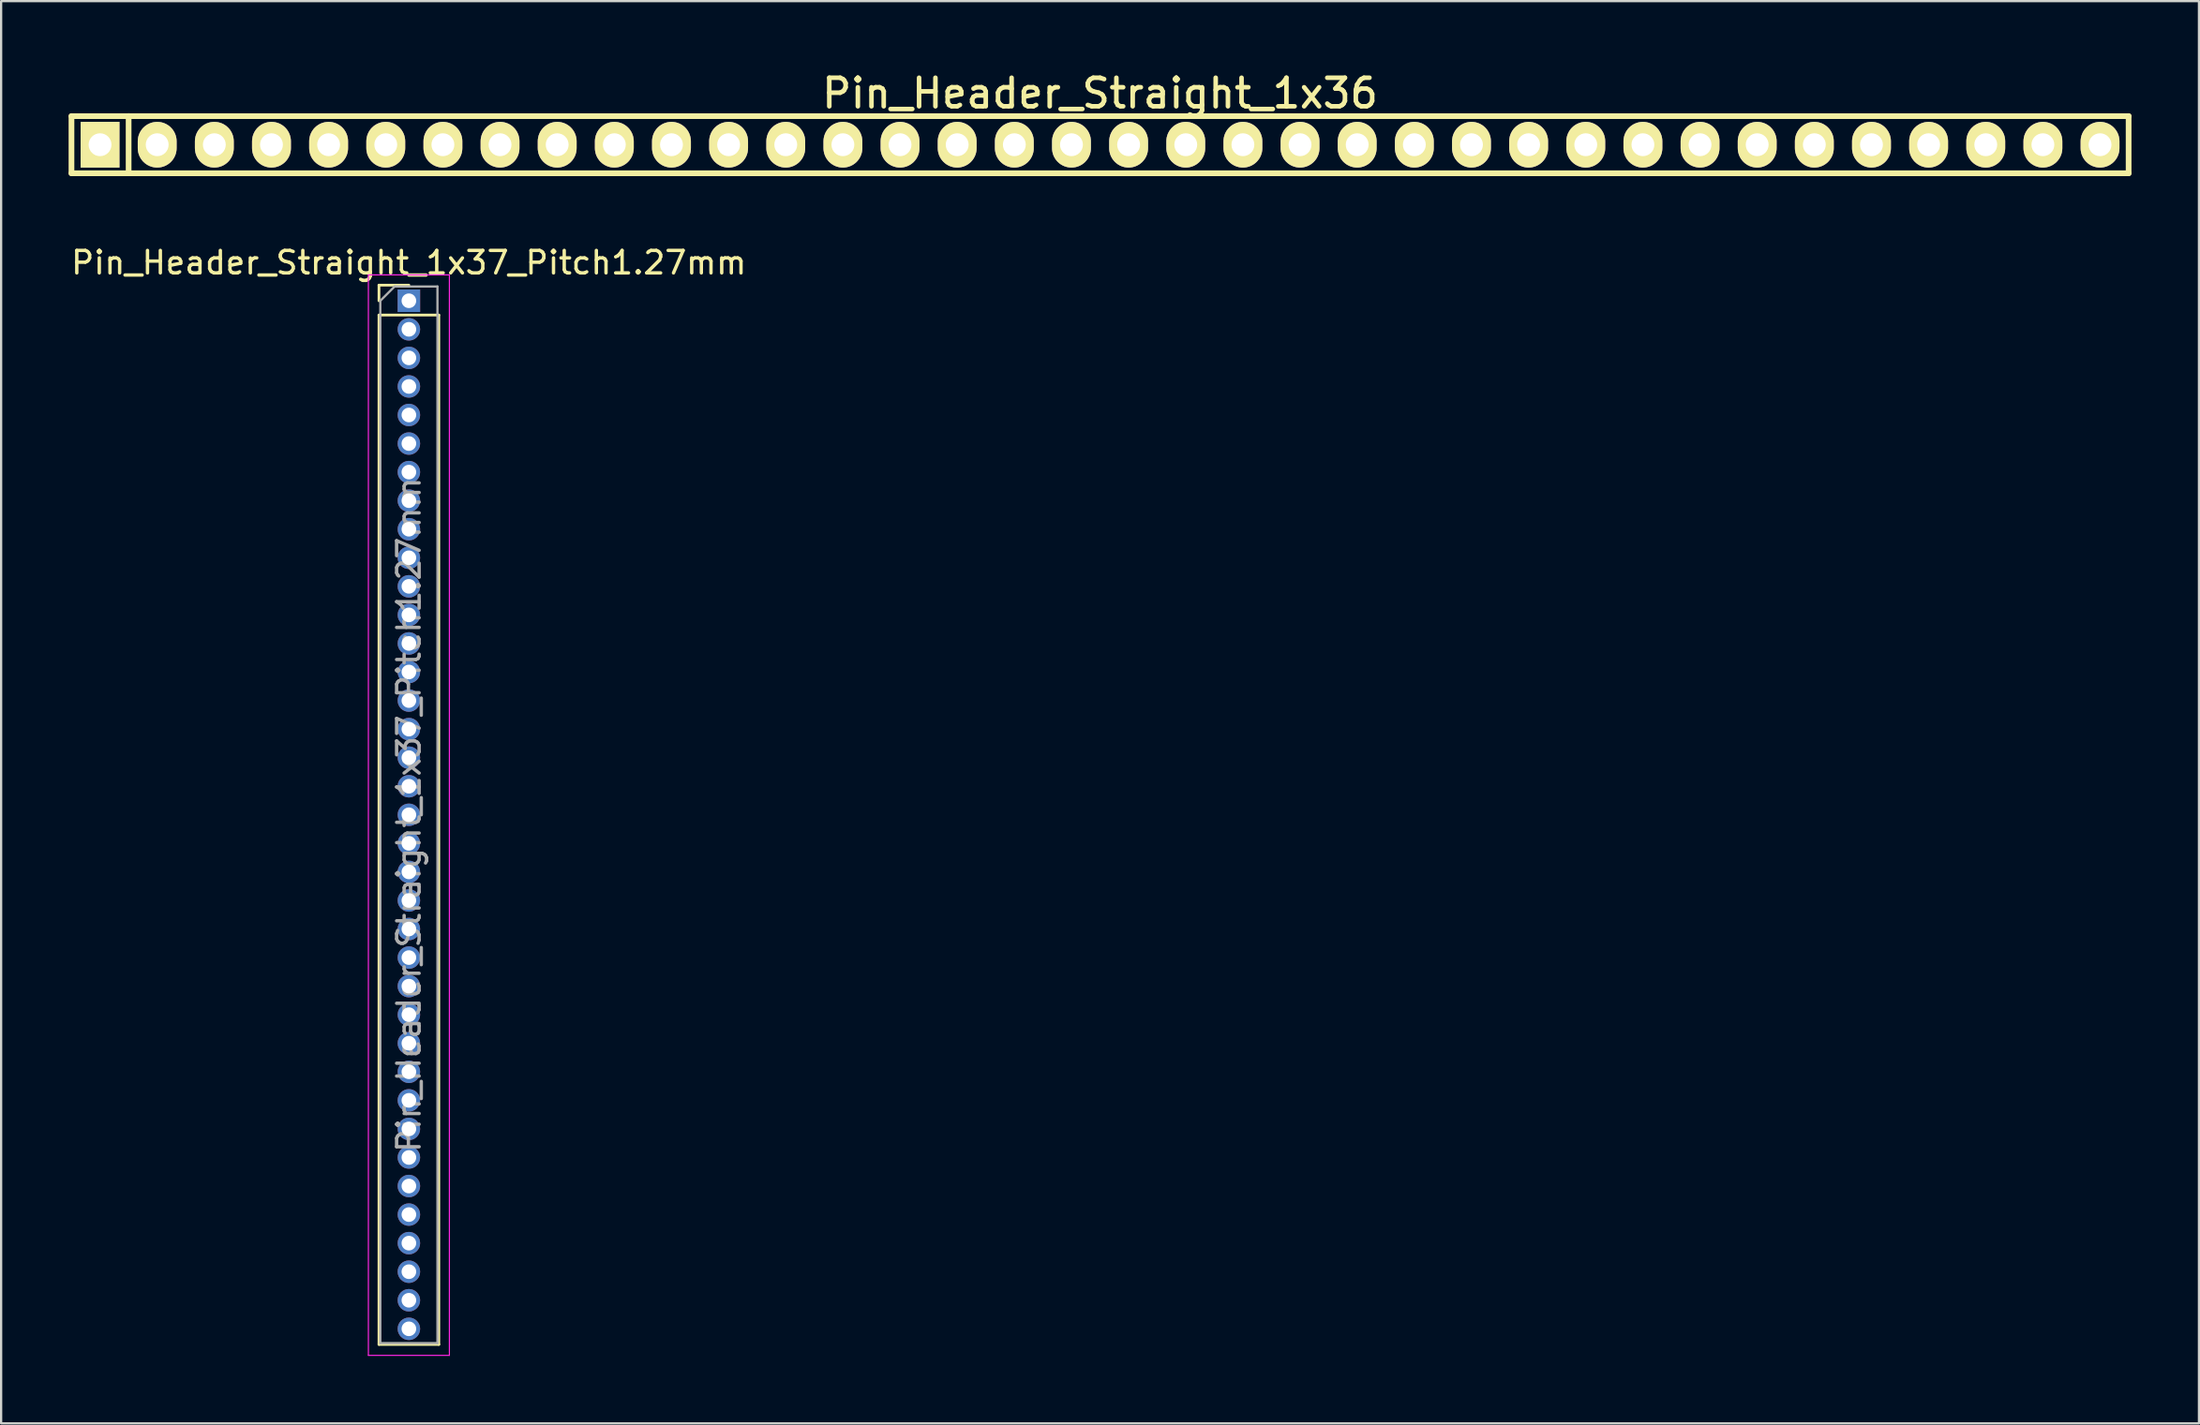
<source format=kicad_pcb>
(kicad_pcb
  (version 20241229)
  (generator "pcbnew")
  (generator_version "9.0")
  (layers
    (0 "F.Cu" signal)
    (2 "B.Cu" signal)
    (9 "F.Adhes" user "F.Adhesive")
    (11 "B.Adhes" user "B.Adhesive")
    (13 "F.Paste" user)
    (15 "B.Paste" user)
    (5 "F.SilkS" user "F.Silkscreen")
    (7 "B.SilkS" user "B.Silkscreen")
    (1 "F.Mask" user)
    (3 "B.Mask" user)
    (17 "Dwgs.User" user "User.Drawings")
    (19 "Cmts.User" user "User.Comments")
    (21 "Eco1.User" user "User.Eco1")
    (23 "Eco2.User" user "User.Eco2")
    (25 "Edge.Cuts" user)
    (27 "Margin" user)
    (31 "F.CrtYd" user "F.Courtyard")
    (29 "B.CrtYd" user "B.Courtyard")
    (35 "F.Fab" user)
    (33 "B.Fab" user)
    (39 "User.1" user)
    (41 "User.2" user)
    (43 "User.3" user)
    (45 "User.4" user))
  (footprint "Pin_Header_Straight_1x37_Pitch1.27mm"
    (layer "F.Cu")
    (at 15.125 10.326)
    (property "Reference" "Pin_Header_Straight_1x37_Pitch1.27mm" (at 0 -1.695 0) (layer "F.SilkS") (effects (font (size 1 1) (thickness 0.15))))
    (attr through_hole)
    (fp_line (start -1.33 -0.695) (end 0 -0.695) (stroke (width 0.12) (type solid)) (layer "F.SilkS"))
    (fp_line (start -1.33 0) (end -1.33 -0.695) (stroke (width 0.12) (type solid)) (layer "F.SilkS"))
    (fp_line (start -1.33 0.635) (end -1.33 46.415) (stroke (width 0.12) (type solid)) (layer "F.SilkS"))
    (fp_line (start -1.33 46.415) (end 1.33 46.415) (stroke (width 0.12) (type solid)) (layer "F.SilkS"))
    (fp_line (start 1.33 0.635) (end -1.33 0.635) (stroke (width 0.12) (type solid)) (layer "F.SilkS"))
    (fp_line (start 1.33 46.415) (end 1.33 0.635) (stroke (width 0.12) (type solid)) (layer "F.SilkS"))
    (fp_line (start -1.8 -1.15) (end -1.8 46.9) (stroke (width 0.05) (type solid)) (layer "F.CrtYd"))
    (fp_line (start -1.8 46.9) (end 1.8 46.9) (stroke (width 0.05) (type solid)) (layer "F.CrtYd"))
    (fp_line (start 1.8 -1.15) (end -1.8 -1.15) (stroke (width 0.05) (type solid)) (layer "F.CrtYd"))
    (fp_line (start 1.8 46.9) (end 1.8 -1.15) (stroke (width 0.05) (type solid)) (layer "F.CrtYd"))
    (fp_line (start -1.27 0) (end -0.635 -0.635) (stroke (width 0.1) (type solid)) (layer "F.Fab"))
    (fp_line (start -1.27 46.355) (end -1.27 0) (stroke (width 0.1) (type solid)) (layer "F.Fab"))
    (fp_line (start -0.635 -0.635) (end 1.27 -0.635) (stroke (width 0.1) (type solid)) (layer "F.Fab"))
    (fp_line (start 1.27 -0.635) (end 1.27 46.355) (stroke (width 0.1) (type solid)) (layer "F.Fab"))
    (fp_line (start 1.27 46.355) (end -1.27 46.355) (stroke (width 0.1) (type solid)) (layer "F.Fab"))
    (fp_text user "${REFERENCE}" (at 0 22.86 90) (layer "F.Fab") (effects (font (size 1 1) (thickness 0.15))))
    (pad "1" thru_hole rect (at 0 0) (size 1 1) (drill 0.65) (layers "*.Cu" "*.Mask"))
    (pad "2" thru_hole oval (at 0 1.27) (size 1 1) (drill 0.65) (layers "*.Cu" "*.Mask"))
    (pad "3" thru_hole oval (at 0 2.54) (size 1 1) (drill 0.65) (layers "*.Cu" "*.Mask"))
    (pad "4" thru_hole oval (at 0 3.81) (size 1 1) (drill 0.65) (layers "*.Cu" "*.Mask"))
    (pad "5" thru_hole oval (at 0 5.08) (size 1 1) (drill 0.65) (layers "*.Cu" "*.Mask"))
    (pad "6" thru_hole oval (at 0 6.35) (size 1 1) (drill 0.65) (layers "*.Cu" "*.Mask"))
    (pad "7" thru_hole oval (at 0 7.62) (size 1 1) (drill 0.65) (layers "*.Cu" "*.Mask"))
    (pad "8" thru_hole oval (at 0 8.89) (size 1 1) (drill 0.65) (layers "*.Cu" "*.Mask"))
    (pad "9" thru_hole oval (at 0 10.16) (size 1 1) (drill 0.65) (layers "*.Cu" "*.Mask"))
    (pad "10" thru_hole oval (at 0 11.43) (size 1 1) (drill 0.65) (layers "*.Cu" "*.Mask"))
    (pad "11" thru_hole oval (at 0 12.7) (size 1 1) (drill 0.65) (layers "*.Cu" "*.Mask"))
    (pad "12" thru_hole oval (at 0 13.97) (size 1 1) (drill 0.65) (layers "*.Cu" "*.Mask"))
    (pad "13" thru_hole oval (at 0 15.24) (size 1 1) (drill 0.65) (layers "*.Cu" "*.Mask"))
    (pad "14" thru_hole oval (at 0 16.51) (size 1 1) (drill 0.65) (layers "*.Cu" "*.Mask"))
    (pad "15" thru_hole oval (at 0 17.78) (size 1 1) (drill 0.65) (layers "*.Cu" "*.Mask"))
    (pad "16" thru_hole oval (at 0 19.05) (size 1 1) (drill 0.65) (layers "*.Cu" "*.Mask"))
    (pad "17" thru_hole oval (at 0 20.32) (size 1 1) (drill 0.65) (layers "*.Cu" "*.Mask"))
    (pad "18" thru_hole oval (at 0 21.59) (size 1 1) (drill 0.65) (layers "*.Cu" "*.Mask"))
    (pad "19" thru_hole oval (at 0 22.86) (size 1 1) (drill 0.65) (layers "*.Cu" "*.Mask"))
    (pad "20" thru_hole oval (at 0 24.13) (size 1 1) (drill 0.65) (layers "*.Cu" "*.Mask"))
    (pad "21" thru_hole oval (at 0 25.4) (size 1 1) (drill 0.65) (layers "*.Cu" "*.Mask"))
    (pad "22" thru_hole oval (at 0 26.67) (size 1 1) (drill 0.65) (layers "*.Cu" "*.Mask"))
    (pad "23" thru_hole oval (at 0 27.94) (size 1 1) (drill 0.65) (layers "*.Cu" "*.Mask"))
    (pad "24" thru_hole oval (at 0 29.21) (size 1 1) (drill 0.65) (layers "*.Cu" "*.Mask"))
    (pad "25" thru_hole oval (at 0 30.48) (size 1 1) (drill 0.65) (layers "*.Cu" "*.Mask"))
    (pad "26" thru_hole oval (at 0 31.75) (size 1 1) (drill 0.65) (layers "*.Cu" "*.Mask"))
    (pad "27" thru_hole oval (at 0 33.02) (size 1 1) (drill 0.65) (layers "*.Cu" "*.Mask"))
    (pad "28" thru_hole oval (at 0 34.29) (size 1 1) (drill 0.65) (layers "*.Cu" "*.Mask"))
    (pad "29" thru_hole oval (at 0 35.56) (size 1 1) (drill 0.65) (layers "*.Cu" "*.Mask"))
    (pad "30" thru_hole oval (at 0 36.83) (size 1 1) (drill 0.65) (layers "*.Cu" "*.Mask"))
    (pad "31" thru_hole oval (at 0 38.1) (size 1 1) (drill 0.65) (layers "*.Cu" "*.Mask"))
    (pad "32" thru_hole oval (at 0 39.37) (size 1 1) (drill 0.65) (layers "*.Cu" "*.Mask"))
    (pad "33" thru_hole oval (at 0 40.64) (size 1 1) (drill 0.65) (layers "*.Cu" "*.Mask"))
    (pad "34" thru_hole oval (at 0 41.91) (size 1 1) (drill 0.65) (layers "*.Cu" "*.Mask"))
    (pad "35" thru_hole oval (at 0 43.18) (size 1 1) (drill 0.65) (layers "*.Cu" "*.Mask"))
    (pad "36" thru_hole oval (at 0 44.45) (size 1 1) (drill 0.65) (layers "*.Cu" "*.Mask"))
    (pad "37" thru_hole oval (at 0 45.72) (size 1 1) (drill 0.65) (layers "*.Cu" "*.Mask")))
  (footprint "Pin_Header_Straight_1x36"
    (layer "F.Cu")
    (at 45.847 3.386)
    (property "Reference" "Pin_Header_Straight_1x36" (at 0 -2.286 0) (layer "F.SilkS") (effects (font (size 1.27 1.27) (thickness 0.203))))
    (attr through_hole)
    (fp_line (start -45.72 -1.27) (end -45.72 1.27) (stroke (width 0.254) (type solid)) (layer "F.SilkS"))
    (fp_line (start -45.72 -1.27) (end -43.18 -1.27) (stroke (width 0.254) (type solid)) (layer "F.SilkS"))
    (fp_line (start -45.72 1.27) (end -43.18 1.27) (stroke (width 0.254) (type solid)) (layer "F.SilkS"))
    (fp_line (start -43.18 -1.27) (end -43.18 1.27) (stroke (width 0.254) (type solid)) (layer "F.SilkS"))
    (fp_line (start -43.18 1.27) (end 45.72 1.27) (stroke (width 0.254) (type solid)) (layer "F.SilkS"))
    (fp_line (start 45.72 -1.27) (end -43.18 -1.27) (stroke (width 0.254) (type solid)) (layer "F.SilkS"))
    (fp_line (start 45.72 1.27) (end 45.72 -1.27) (stroke (width 0.254) (type solid)) (layer "F.SilkS"))
    (pad "1" thru_hole rect (at -44.45 0) (size 1.727 2.032) (drill 1.016) (layers "*.Cu" "*.Mask" "F.SilkS"))
    (pad "2" thru_hole oval (at -41.91 0) (size 1.727 2.032) (drill 1.016) (layers "*.Cu" "*.Mask" "F.SilkS"))
    (pad "3" thru_hole oval (at -39.37 0) (size 1.727 2.032) (drill 1.016) (layers "*.Cu" "*.Mask" "F.SilkS"))
    (pad "4" thru_hole oval (at -36.83 0) (size 1.727 2.032) (drill 1.016) (layers "*.Cu" "*.Mask" "F.SilkS"))
    (pad "5" thru_hole oval (at -34.29 0) (size 1.727 2.032) (drill 1.016) (layers "*.Cu" "*.Mask" "F.SilkS"))
    (pad "6" thru_hole oval (at -31.75 0) (size 1.727 2.032) (drill 1.016) (layers "*.Cu" "*.Mask" "F.SilkS"))
    (pad "7" thru_hole oval (at -29.21 0) (size 1.727 2.032) (drill 1.016) (layers "*.Cu" "*.Mask" "F.SilkS"))
    (pad "8" thru_hole oval (at -26.67 0) (size 1.727 2.032) (drill 1.016) (layers "*.Cu" "*.Mask" "F.SilkS"))
    (pad "9" thru_hole oval (at -24.13 0) (size 1.727 2.032) (drill 1.016) (layers "*.Cu" "*.Mask" "F.SilkS"))
    (pad "10" thru_hole oval (at -21.59 0) (size 1.727 2.032) (drill 1.016) (layers "*.Cu" "*.Mask" "F.SilkS"))
    (pad "11" thru_hole oval (at -19.05 0) (size 1.727 2.032) (drill 1.016) (layers "*.Cu" "*.Mask" "F.SilkS"))
    (pad "12" thru_hole oval (at -16.51 0) (size 1.727 2.032) (drill 1.016) (layers "*.Cu" "*.Mask" "F.SilkS"))
    (pad "13" thru_hole oval (at -13.97 0) (size 1.727 2.032) (drill 1.016) (layers "*.Cu" "*.Mask" "F.SilkS"))
    (pad "14" thru_hole oval (at -11.43 0) (size 1.727 2.032) (drill 1.016) (layers "*.Cu" "*.Mask" "F.SilkS"))
    (pad "15" thru_hole oval (at -8.89 0) (size 1.727 2.032) (drill 1.016) (layers "*.Cu" "*.Mask" "F.SilkS"))
    (pad "16" thru_hole oval (at -6.35 0) (size 1.727 2.032) (drill 1.016) (layers "*.Cu" "*.Mask" "F.SilkS"))
    (pad "17" thru_hole oval (at -3.81 0) (size 1.727 2.032) (drill 1.016) (layers "*.Cu" "*.Mask" "F.SilkS"))
    (pad "18" thru_hole oval (at -1.27 0) (size 1.727 2.032) (drill 1.016) (layers "*.Cu" "*.Mask" "F.SilkS"))
    (pad "19" thru_hole oval (at 1.27 0) (size 1.727 2.032) (drill 1.016) (layers "*.Cu" "*.Mask" "F.SilkS"))
    (pad "20" thru_hole oval (at 3.81 0) (size 1.727 2.032) (drill 1.016) (layers "*.Cu" "*.Mask" "F.SilkS"))
    (pad "21" thru_hole oval (at 6.35 0) (size 1.727 2.032) (drill 1.016) (layers "*.Cu" "*.Mask" "F.SilkS"))
    (pad "22" thru_hole oval (at 8.89 0) (size 1.727 2.032) (drill 1.016) (layers "*.Cu" "*.Mask" "F.SilkS"))
    (pad "23" thru_hole oval (at 11.43 0) (size 1.727 2.032) (drill 1.016) (layers "*.Cu" "*.Mask" "F.SilkS"))
    (pad "24" thru_hole oval (at 13.97 0) (size 1.727 2.032) (drill 1.016) (layers "*.Cu" "*.Mask" "F.SilkS"))
    (pad "25" thru_hole oval (at 16.51 0) (size 1.727 2.032) (drill 1.016) (layers "*.Cu" "*.Mask" "F.SilkS"))
    (pad "26" thru_hole oval (at 19.05 0) (size 1.727 2.032) (drill 1.016) (layers "*.Cu" "*.Mask" "F.SilkS"))
    (pad "27" thru_hole oval (at 21.59 0) (size 1.727 2.032) (drill 1.016) (layers "*.Cu" "*.Mask" "F.SilkS"))
    (pad "28" thru_hole oval (at 24.13 0) (size 1.727 2.032) (drill 1.016) (layers "*.Cu" "*.Mask" "F.SilkS"))
    (pad "29" thru_hole oval (at 26.67 0) (size 1.727 2.032) (drill 1.016) (layers "*.Cu" "*.Mask" "F.SilkS"))
    (pad "30" thru_hole oval (at 29.21 0) (size 1.727 2.032) (drill 1.016) (layers "*.Cu" "*.Mask" "F.SilkS"))
    (pad "31" thru_hole oval (at 31.75 0) (size 1.727 2.032) (drill 1.016) (layers "*.Cu" "*.Mask" "F.SilkS"))
    (pad "32" thru_hole oval (at 34.29 0) (size 1.727 2.032) (drill 1.016) (layers "*.Cu" "*.Mask" "F.SilkS"))
    (pad "33" thru_hole oval (at 36.83 0) (size 1.727 2.032) (drill 1.016) (layers "*.Cu" "*.Mask" "F.SilkS"))
    (pad "34" thru_hole oval (at 39.37 0) (size 1.727 2.032) (drill 1.016) (layers "*.Cu" "*.Mask" "F.SilkS"))
    (pad "35" thru_hole oval (at 41.91 0) (size 1.727 2.032) (drill 1.016) (layers "*.Cu" "*.Mask" "F.SilkS"))
    (pad "36" thru_hole oval (at 44.45 0) (size 1.727 2.032) (drill 1.016) (layers "*.Cu" "*.Mask" "F.SilkS")))
  (gr_rect
    (start -3 -3)
    (end 94.694 60.251)
    (stroke (width 0.1) (type default))
    (fill no)
    (layer "Edge.Cuts")))
</source>
